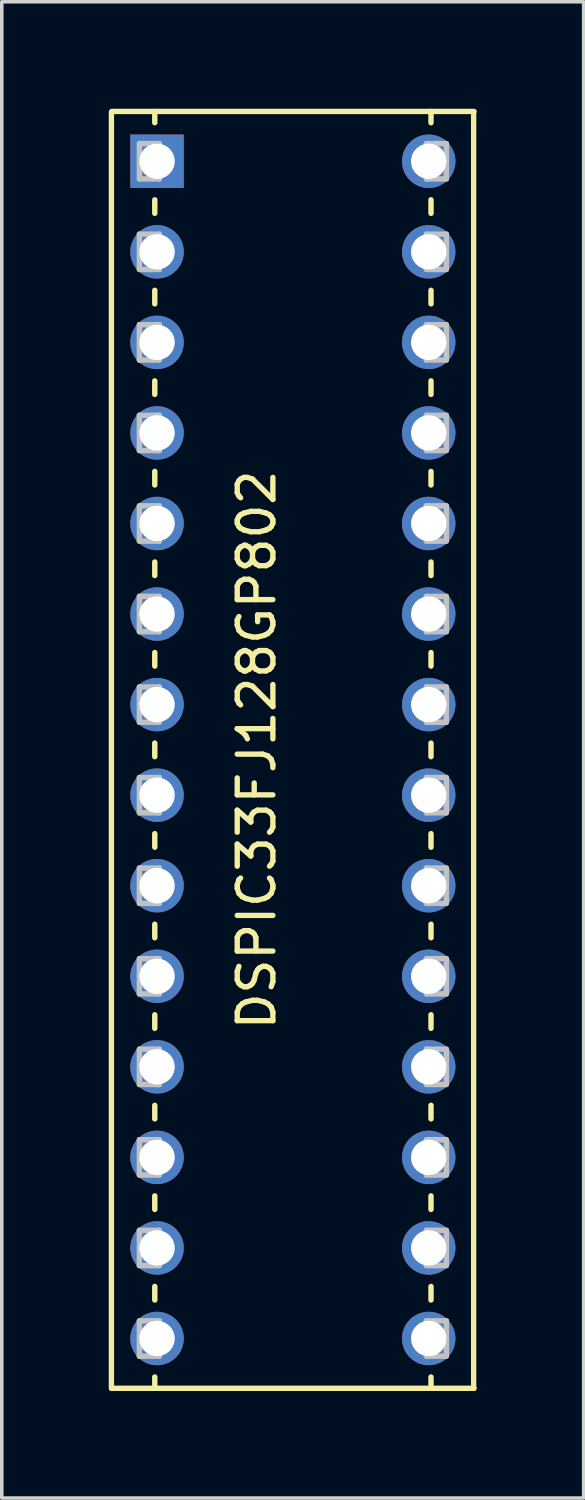
<source format=kicad_pcb>
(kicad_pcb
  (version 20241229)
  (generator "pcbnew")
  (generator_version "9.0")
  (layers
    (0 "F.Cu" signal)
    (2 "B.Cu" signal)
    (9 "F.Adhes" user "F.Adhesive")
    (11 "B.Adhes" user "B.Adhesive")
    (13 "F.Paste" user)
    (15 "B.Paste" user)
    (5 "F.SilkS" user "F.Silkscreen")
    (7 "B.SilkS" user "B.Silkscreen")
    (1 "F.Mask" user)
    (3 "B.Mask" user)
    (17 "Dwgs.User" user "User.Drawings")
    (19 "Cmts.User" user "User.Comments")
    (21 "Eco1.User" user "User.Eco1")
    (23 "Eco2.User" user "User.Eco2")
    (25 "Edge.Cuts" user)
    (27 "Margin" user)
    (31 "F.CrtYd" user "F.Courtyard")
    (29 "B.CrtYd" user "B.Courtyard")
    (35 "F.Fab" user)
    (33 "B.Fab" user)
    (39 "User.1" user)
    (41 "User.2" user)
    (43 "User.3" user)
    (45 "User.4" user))
  (footprint "DSPIC33FJ128GP802"
    (layer "F.Cu")
    (at 8.975 34.493)
    (property "Reference" "DSPIC33FJ128GP802" (at -4.826 -16.51 90) (layer "F.SilkS") (effects (font (size 1 1) (thickness 0.15))))
    (attr through_hole)
    (fp_line (start -8.9 1.4) (end -8.9 -34.4) (stroke (width 0.15) (type solid)) (layer "F.SilkS"))
    (fp_line (start -7.684 -34.417) (end -7.684 -34.102) (stroke (width 0.152) (type solid)) (layer "F.SilkS"))
    (fp_line (start -7.684 -31.938) (end -7.684 -31.56) (stroke (width 0.152) (type solid)) (layer "F.SilkS"))
    (fp_line (start -7.684 -29.4) (end -7.684 -29.02) (stroke (width 0.152) (type solid)) (layer "F.SilkS"))
    (fp_line (start -7.684 -26.86) (end -7.684 -26.48) (stroke (width 0.152) (type solid)) (layer "F.SilkS"))
    (fp_line (start -7.684 -24.32) (end -7.684 -23.94) (stroke (width 0.152) (type solid)) (layer "F.SilkS"))
    (fp_line (start -7.684 -21.78) (end -7.684 -21.4) (stroke (width 0.152) (type solid)) (layer "F.SilkS"))
    (fp_line (start -7.684 -19.24) (end -7.684 -18.86) (stroke (width 0.152) (type solid)) (layer "F.SilkS"))
    (fp_line (start -7.684 -16.7) (end -7.684 -16.32) (stroke (width 0.152) (type solid)) (layer "F.SilkS"))
    (fp_line (start -7.684 -14.16) (end -7.684 -13.78) (stroke (width 0.152) (type solid)) (layer "F.SilkS"))
    (fp_line (start -7.684 -11.62) (end -7.684 -11.24) (stroke (width 0.152) (type solid)) (layer "F.SilkS"))
    (fp_line (start -7.684 -9.08) (end -7.684 -8.7) (stroke (width 0.152) (type solid)) (layer "F.SilkS"))
    (fp_line (start -7.684 -6.54) (end -7.684 -6.16) (stroke (width 0.152) (type solid)) (layer "F.SilkS"))
    (fp_line (start -7.684 -4) (end -7.684 -3.62) (stroke (width 0.152) (type solid)) (layer "F.SilkS"))
    (fp_line (start -7.684 -1.46) (end -7.684 -1.08) (stroke (width 0.152) (type solid)) (layer "F.SilkS"))
    (fp_line (start -7.684 1.08) (end -7.684 1.397) (stroke (width 0.152) (type solid)) (layer "F.SilkS"))
    (fp_line (start 0.064 -34.1) (end 0.064 -34.417) (stroke (width 0.152) (type solid)) (layer "F.SilkS"))
    (fp_line (start 0.064 -31.56) (end 0.064 -31.94) (stroke (width 0.152) (type solid)) (layer "F.SilkS"))
    (fp_line (start 0.064 -29.02) (end 0.064 -29.4) (stroke (width 0.152) (type solid)) (layer "F.SilkS"))
    (fp_line (start 0.064 -26.48) (end 0.064 -26.86) (stroke (width 0.152) (type solid)) (layer "F.SilkS"))
    (fp_line (start 0.064 -23.94) (end 0.064 -24.32) (stroke (width 0.152) (type solid)) (layer "F.SilkS"))
    (fp_line (start 0.064 -21.4) (end 0.064 -21.78) (stroke (width 0.152) (type solid)) (layer "F.SilkS"))
    (fp_line (start 0.064 -18.86) (end 0.064 -19.24) (stroke (width 0.152) (type solid)) (layer "F.SilkS"))
    (fp_line (start 0.064 -16.32) (end 0.064 -16.7) (stroke (width 0.152) (type solid)) (layer "F.SilkS"))
    (fp_line (start 0.064 -13.78) (end 0.064 -14.16) (stroke (width 0.152) (type solid)) (layer "F.SilkS"))
    (fp_line (start 0.064 -11.24) (end 0.064 -11.62) (stroke (width 0.152) (type solid)) (layer "F.SilkS"))
    (fp_line (start 0.064 -8.7) (end 0.064 -9.08) (stroke (width 0.152) (type solid)) (layer "F.SilkS"))
    (fp_line (start 0.064 -6.16) (end 0.064 -6.54) (stroke (width 0.152) (type solid)) (layer "F.SilkS"))
    (fp_line (start 0.064 -3.62) (end 0.064 -4) (stroke (width 0.152) (type solid)) (layer "F.SilkS"))
    (fp_line (start 0.064 -1.08) (end 0.064 -1.46) (stroke (width 0.152) (type solid)) (layer "F.SilkS"))
    (fp_line (start 0.064 1.397) (end 0.064 1.08) (stroke (width 0.152) (type solid)) (layer "F.SilkS"))
    (fp_line (start 1.26 1.4) (end 1.26 -34.4) (stroke (width 0.15) (type solid)) (layer "F.SilkS"))
    (fp_line (start 1.27 -34.417) (end -8.89 -34.417) (stroke (width 0.152) (type solid)) (layer "F.SilkS"))
    (fp_line (start 1.27 1.397) (end -8.89 1.397) (stroke (width 0.152) (type solid)) (layer "F.SilkS"))
    (fp_line (start -8.115 -33.515) (end -8.115 -32.525) (stroke (width 0.152) (type solid)) (layer "Dwgs.User"))
    (fp_line (start -8.115 -32.525) (end -7.556 -32.525) (stroke (width 0.152) (type solid)) (layer "Dwgs.User"))
    (fp_line (start -8.115 -30.975) (end -8.115 -29.985) (stroke (width 0.152) (type solid)) (layer "Dwgs.User"))
    (fp_line (start -8.115 -29.985) (end -7.556 -29.985) (stroke (width 0.152) (type solid)) (layer "Dwgs.User"))
    (fp_line (start -8.115 -28.435) (end -8.115 -27.445) (stroke (width 0.152) (type solid)) (layer "Dwgs.User"))
    (fp_line (start -8.115 -27.445) (end -7.556 -27.445) (stroke (width 0.152) (type solid)) (layer "Dwgs.User"))
    (fp_line (start -8.115 -25.895) (end -8.115 -24.905) (stroke (width 0.152) (type solid)) (layer "Dwgs.User"))
    (fp_line (start -8.115 -24.905) (end -7.556 -24.905) (stroke (width 0.152) (type solid)) (layer "Dwgs.User"))
    (fp_line (start -8.115 -23.355) (end -8.115 -22.365) (stroke (width 0.152) (type solid)) (layer "Dwgs.User"))
    (fp_line (start -8.115 -22.365) (end -7.556 -22.365) (stroke (width 0.152) (type solid)) (layer "Dwgs.User"))
    (fp_line (start -8.115 -20.815) (end -8.115 -19.825) (stroke (width 0.152) (type solid)) (layer "Dwgs.User"))
    (fp_line (start -8.115 -19.825) (end -7.556 -19.825) (stroke (width 0.152) (type solid)) (layer "Dwgs.User"))
    (fp_line (start -8.115 -18.275) (end -8.115 -17.285) (stroke (width 0.152) (type solid)) (layer "Dwgs.User"))
    (fp_line (start -8.115 -17.285) (end -7.556 -17.285) (stroke (width 0.152) (type solid)) (layer "Dwgs.User"))
    (fp_line (start -8.115 -15.735) (end -8.115 -14.745) (stroke (width 0.152) (type solid)) (layer "Dwgs.User"))
    (fp_line (start -8.115 -14.745) (end -7.556 -14.745) (stroke (width 0.152) (type solid)) (layer "Dwgs.User"))
    (fp_line (start -8.115 -13.195) (end -8.115 -12.205) (stroke (width 0.152) (type solid)) (layer "Dwgs.User"))
    (fp_line (start -8.115 -12.205) (end -7.556 -12.205) (stroke (width 0.152) (type solid)) (layer "Dwgs.User"))
    (fp_line (start -8.115 -10.655) (end -8.115 -9.665) (stroke (width 0.152) (type solid)) (layer "Dwgs.User"))
    (fp_line (start -8.115 -9.665) (end -7.556 -9.665) (stroke (width 0.152) (type solid)) (layer "Dwgs.User"))
    (fp_line (start -8.115 -8.115) (end -8.115 -7.125) (stroke (width 0.152) (type solid)) (layer "Dwgs.User"))
    (fp_line (start -8.115 -7.125) (end -7.556 -7.125) (stroke (width 0.152) (type solid)) (layer "Dwgs.User"))
    (fp_line (start -8.115 -5.575) (end -8.115 -4.585) (stroke (width 0.152) (type solid)) (layer "Dwgs.User"))
    (fp_line (start -8.115 -4.585) (end -7.556 -4.585) (stroke (width 0.152) (type solid)) (layer "Dwgs.User"))
    (fp_line (start -8.115 -3.035) (end -8.115 -2.045) (stroke (width 0.152) (type solid)) (layer "Dwgs.User"))
    (fp_line (start -8.115 -2.045) (end -7.556 -2.045) (stroke (width 0.152) (type solid)) (layer "Dwgs.User"))
    (fp_line (start -8.115 -0.495) (end -8.115 0.495) (stroke (width 0.152) (type solid)) (layer "Dwgs.User"))
    (fp_line (start -8.115 0.495) (end -7.556 0.495) (stroke (width 0.152) (type solid)) (layer "Dwgs.User"))
    (fp_line (start -7.556 -33.515) (end -8.115 -33.515) (stroke (width 0.152) (type solid)) (layer "Dwgs.User"))
    (fp_line (start -7.556 -32.525) (end -7.556 -33.515) (stroke (width 0.152) (type solid)) (layer "Dwgs.User"))
    (fp_line (start -7.556 -30.975) (end -8.115 -30.975) (stroke (width 0.152) (type solid)) (layer "Dwgs.User"))
    (fp_line (start -7.556 -29.985) (end -7.556 -30.975) (stroke (width 0.152) (type solid)) (layer "Dwgs.User"))
    (fp_line (start -7.556 -28.435) (end -8.115 -28.435) (stroke (width 0.152) (type solid)) (layer "Dwgs.User"))
    (fp_line (start -7.556 -27.445) (end -7.556 -28.435) (stroke (width 0.152) (type solid)) (layer "Dwgs.User"))
    (fp_line (start -7.556 -25.895) (end -8.115 -25.895) (stroke (width 0.152) (type solid)) (layer "Dwgs.User"))
    (fp_line (start -7.556 -24.905) (end -7.556 -25.895) (stroke (width 0.152) (type solid)) (layer "Dwgs.User"))
    (fp_line (start -7.556 -23.355) (end -8.115 -23.355) (stroke (width 0.152) (type solid)) (layer "Dwgs.User"))
    (fp_line (start -7.556 -22.365) (end -7.556 -23.355) (stroke (width 0.152) (type solid)) (layer "Dwgs.User"))
    (fp_line (start -7.556 -20.815) (end -8.115 -20.815) (stroke (width 0.152) (type solid)) (layer "Dwgs.User"))
    (fp_line (start -7.556 -19.825) (end -7.556 -20.815) (stroke (width 0.152) (type solid)) (layer "Dwgs.User"))
    (fp_line (start -7.556 -18.275) (end -8.115 -18.275) (stroke (width 0.152) (type solid)) (layer "Dwgs.User"))
    (fp_line (start -7.556 -17.285) (end -7.556 -18.275) (stroke (width 0.152) (type solid)) (layer "Dwgs.User"))
    (fp_line (start -7.556 -15.735) (end -8.115 -15.735) (stroke (width 0.152) (type solid)) (layer "Dwgs.User"))
    (fp_line (start -7.556 -14.745) (end -7.556 -15.735) (stroke (width 0.152) (type solid)) (layer "Dwgs.User"))
    (fp_line (start -7.556 -13.195) (end -8.115 -13.195) (stroke (width 0.152) (type solid)) (layer "Dwgs.User"))
    (fp_line (start -7.556 -12.205) (end -7.556 -13.195) (stroke (width 0.152) (type solid)) (layer "Dwgs.User"))
    (fp_line (start -7.556 -10.655) (end -8.115 -10.655) (stroke (width 0.152) (type solid)) (layer "Dwgs.User"))
    (fp_line (start -7.556 -9.665) (end -7.556 -10.655) (stroke (width 0.152) (type solid)) (layer "Dwgs.User"))
    (fp_line (start -7.556 -8.115) (end -8.115 -8.115) (stroke (width 0.152) (type solid)) (layer "Dwgs.User"))
    (fp_line (start -7.556 -7.125) (end -7.556 -8.115) (stroke (width 0.152) (type solid)) (layer "Dwgs.User"))
    (fp_line (start -7.556 -5.575) (end -8.115 -5.575) (stroke (width 0.152) (type solid)) (layer "Dwgs.User"))
    (fp_line (start -7.556 -4.585) (end -7.556 -5.575) (stroke (width 0.152) (type solid)) (layer "Dwgs.User"))
    (fp_line (start -7.556 -3.035) (end -8.115 -3.035) (stroke (width 0.152) (type solid)) (layer "Dwgs.User"))
    (fp_line (start -7.556 -2.045) (end -7.556 -3.035) (stroke (width 0.152) (type solid)) (layer "Dwgs.User"))
    (fp_line (start -7.556 -0.495) (end -8.115 -0.495) (stroke (width 0.152) (type solid)) (layer "Dwgs.User"))
    (fp_line (start -7.556 0.495) (end -7.556 -0.495) (stroke (width 0.152) (type solid)) (layer "Dwgs.User"))
    (fp_line (start -0.064 -33.515) (end -0.064 -32.525) (stroke (width 0.152) (type solid)) (layer "Dwgs.User"))
    (fp_line (start -0.064 -32.525) (end 0.495 -32.525) (stroke (width 0.152) (type solid)) (layer "Dwgs.User"))
    (fp_line (start -0.064 -30.975) (end -0.064 -29.985) (stroke (width 0.152) (type solid)) (layer "Dwgs.User"))
    (fp_line (start -0.064 -29.985) (end 0.495 -29.985) (stroke (width 0.152) (type solid)) (layer "Dwgs.User"))
    (fp_line (start -0.064 -28.435) (end -0.064 -27.445) (stroke (width 0.152) (type solid)) (layer "Dwgs.User"))
    (fp_line (start -0.064 -27.445) (end 0.495 -27.445) (stroke (width 0.152) (type solid)) (layer "Dwgs.User"))
    (fp_line (start -0.064 -25.895) (end -0.064 -24.905) (stroke (width 0.152) (type solid)) (layer "Dwgs.User"))
    (fp_line (start -0.064 -24.905) (end 0.495 -24.905) (stroke (width 0.152) (type solid)) (layer "Dwgs.User"))
    (fp_line (start -0.064 -23.355) (end -0.064 -22.365) (stroke (width 0.152) (type solid)) (layer "Dwgs.User"))
    (fp_line (start -0.064 -22.365) (end 0.495 -22.365) (stroke (width 0.152) (type solid)) (layer "Dwgs.User"))
    (fp_line (start -0.064 -20.815) (end -0.064 -19.825) (stroke (width 0.152) (type solid)) (layer "Dwgs.User"))
    (fp_line (start -0.064 -19.825) (end 0.495 -19.825) (stroke (width 0.152) (type solid)) (layer "Dwgs.User"))
    (fp_line (start -0.064 -18.275) (end -0.064 -17.285) (stroke (width 0.152) (type solid)) (layer "Dwgs.User"))
    (fp_line (start -0.064 -17.285) (end 0.495 -17.285) (stroke (width 0.152) (type solid)) (layer "Dwgs.User"))
    (fp_line (start -0.064 -15.735) (end -0.064 -14.745) (stroke (width 0.152) (type solid)) (layer "Dwgs.User"))
    (fp_line (start -0.064 -14.745) (end 0.495 -14.745) (stroke (width 0.152) (type solid)) (layer "Dwgs.User"))
    (fp_line (start -0.064 -13.195) (end -0.064 -12.205) (stroke (width 0.152) (type solid)) (layer "Dwgs.User"))
    (fp_line (start -0.064 -12.205) (end 0.495 -12.205) (stroke (width 0.152) (type solid)) (layer "Dwgs.User"))
    (fp_line (start -0.064 -10.655) (end -0.064 -9.665) (stroke (width 0.152) (type solid)) (layer "Dwgs.User"))
    (fp_line (start -0.064 -9.665) (end 0.495 -9.665) (stroke (width 0.152) (type solid)) (layer "Dwgs.User"))
    (fp_line (start -0.064 -8.115) (end -0.064 -7.125) (stroke (width 0.152) (type solid)) (layer "Dwgs.User"))
    (fp_line (start -0.064 -7.125) (end 0.495 -7.125) (stroke (width 0.152) (type solid)) (layer "Dwgs.User"))
    (fp_line (start -0.064 -5.575) (end -0.064 -4.585) (stroke (width 0.152) (type solid)) (layer "Dwgs.User"))
    (fp_line (start -0.064 -4.585) (end 0.495 -4.585) (stroke (width 0.152) (type solid)) (layer "Dwgs.User"))
    (fp_line (start -0.064 -3.035) (end -0.064 -2.045) (stroke (width 0.152) (type solid)) (layer "Dwgs.User"))
    (fp_line (start -0.064 -2.045) (end 0.495 -2.045) (stroke (width 0.152) (type solid)) (layer "Dwgs.User"))
    (fp_line (start -0.064 -0.495) (end -0.064 0.495) (stroke (width 0.152) (type solid)) (layer "Dwgs.User"))
    (fp_line (start -0.064 0.495) (end 0.495 0.495) (stroke (width 0.152) (type solid)) (layer "Dwgs.User"))
    (fp_line (start 0.495 -33.515) (end -0.064 -33.515) (stroke (width 0.152) (type solid)) (layer "Dwgs.User"))
    (fp_line (start 0.495 -32.525) (end 0.495 -33.515) (stroke (width 0.152) (type solid)) (layer "Dwgs.User"))
    (fp_line (start 0.495 -30.975) (end -0.064 -30.975) (stroke (width 0.152) (type solid)) (layer "Dwgs.User"))
    (fp_line (start 0.495 -29.985) (end 0.495 -30.975) (stroke (width 0.152) (type solid)) (layer "Dwgs.User"))
    (fp_line (start 0.495 -28.435) (end -0.064 -28.435) (stroke (width 0.152) (type solid)) (layer "Dwgs.User"))
    (fp_line (start 0.495 -27.445) (end 0.495 -28.435) (stroke (width 0.152) (type solid)) (layer "Dwgs.User"))
    (fp_line (start 0.495 -25.895) (end -0.064 -25.895) (stroke (width 0.152) (type solid)) (layer "Dwgs.User"))
    (fp_line (start 0.495 -24.905) (end 0.495 -25.895) (stroke (width 0.152) (type solid)) (layer "Dwgs.User"))
    (fp_line (start 0.495 -23.355) (end -0.064 -23.355) (stroke (width 0.152) (type solid)) (layer "Dwgs.User"))
    (fp_line (start 0.495 -22.365) (end 0.495 -23.355) (stroke (width 0.152) (type solid)) (layer "Dwgs.User"))
    (fp_line (start 0.495 -20.815) (end -0.064 -20.815) (stroke (width 0.152) (type solid)) (layer "Dwgs.User"))
    (fp_line (start 0.495 -19.825) (end 0.495 -20.815) (stroke (width 0.152) (type solid)) (layer "Dwgs.User"))
    (fp_line (start 0.495 -18.275) (end -0.064 -18.275) (stroke (width 0.152) (type solid)) (layer "Dwgs.User"))
    (fp_line (start 0.495 -17.285) (end 0.495 -18.275) (stroke (width 0.152) (type solid)) (layer "Dwgs.User"))
    (fp_line (start 0.495 -15.735) (end -0.064 -15.735) (stroke (width 0.152) (type solid)) (layer "Dwgs.User"))
    (fp_line (start 0.495 -14.745) (end 0.495 -15.735) (stroke (width 0.152) (type solid)) (layer "Dwgs.User"))
    (fp_line (start 0.495 -13.195) (end -0.064 -13.195) (stroke (width 0.152) (type solid)) (layer "Dwgs.User"))
    (fp_line (start 0.495 -12.205) (end 0.495 -13.195) (stroke (width 0.152) (type solid)) (layer "Dwgs.User"))
    (fp_line (start 0.495 -10.655) (end -0.064 -10.655) (stroke (width 0.152) (type solid)) (layer "Dwgs.User"))
    (fp_line (start 0.495 -9.665) (end 0.495 -10.655) (stroke (width 0.152) (type solid)) (layer "Dwgs.User"))
    (fp_line (start 0.495 -8.115) (end -0.064 -8.115) (stroke (width 0.152) (type solid)) (layer "Dwgs.User"))
    (fp_line (start 0.495 -7.125) (end 0.495 -8.115) (stroke (width 0.152) (type solid)) (layer "Dwgs.User"))
    (fp_line (start 0.495 -5.575) (end -0.064 -5.575) (stroke (width 0.152) (type solid)) (layer "Dwgs.User"))
    (fp_line (start 0.495 -4.585) (end 0.495 -5.575) (stroke (width 0.152) (type solid)) (layer "Dwgs.User"))
    (fp_line (start 0.495 -3.035) (end -0.064 -3.035) (stroke (width 0.152) (type solid)) (layer "Dwgs.User"))
    (fp_line (start 0.495 -2.045) (end 0.495 -3.035) (stroke (width 0.152) (type solid)) (layer "Dwgs.User"))
    (fp_line (start 0.495 -0.495) (end -0.064 -0.495) (stroke (width 0.152) (type solid)) (layer "Dwgs.User"))
    (fp_line (start 0.495 0.495) (end 0.495 -0.495) (stroke (width 0.152) (type solid)) (layer "Dwgs.User"))
    (pad "1" thru_hole rect (at -7.62 -33.02) (size 1.499 1.499) (drill 0.991) (layers "*.Cu" "*.Mask"))
    (pad "2" thru_hole circle (at -7.62 -30.48) (size 1.499 1.499) (drill 0.991) (layers "*.Cu" "*.Mask"))
    (pad "3" thru_hole circle (at -7.62 -27.94) (size 1.499 1.499) (drill 0.991) (layers "*.Cu" "*.Mask"))
    (pad "4" thru_hole circle (at -7.62 -25.4) (size 1.499 1.499) (drill 0.991) (layers "*.Cu" "*.Mask"))
    (pad "5" thru_hole circle (at -7.62 -22.86) (size 1.499 1.499) (drill 0.991) (layers "*.Cu" "*.Mask"))
    (pad "6" thru_hole circle (at -7.62 -20.32) (size 1.499 1.499) (drill 0.991) (layers "*.Cu" "*.Mask"))
    (pad "7" thru_hole circle (at -7.62 -17.78) (size 1.499 1.499) (drill 0.991) (layers "*.Cu" "*.Mask"))
    (pad "8" thru_hole circle (at -7.62 -15.24) (size 1.499 1.499) (drill 0.991) (layers "*.Cu" "*.Mask"))
    (pad "9" thru_hole circle (at -7.62 -12.7) (size 1.499 1.499) (drill 0.991) (layers "*.Cu" "*.Mask"))
    (pad "10" thru_hole circle (at -7.62 -10.16) (size 1.499 1.499) (drill 0.991) (layers "*.Cu" "*.Mask"))
    (pad "11" thru_hole circle (at -7.62 -7.62) (size 1.499 1.499) (drill 0.991) (layers "*.Cu" "*.Mask"))
    (pad "12" thru_hole circle (at -7.62 -5.08) (size 1.499 1.499) (drill 0.991) (layers "*.Cu" "*.Mask"))
    (pad "13" thru_hole circle (at -7.62 -2.54) (size 1.499 1.499) (drill 0.991) (layers "*.Cu" "*.Mask"))
    (pad "14" thru_hole circle (at -7.62 0) (size 1.499 1.499) (drill 0.991) (layers "*.Cu" "*.Mask"))
    (pad "15" thru_hole circle (at 0 0) (size 1.499 1.499) (drill 0.991) (layers "*.Cu" "*.Mask"))
    (pad "16" thru_hole circle (at 0 -2.54) (size 1.499 1.499) (drill 0.991) (layers "*.Cu" "*.Mask"))
    (pad "17" thru_hole circle (at 0 -5.08) (size 1.499 1.499) (drill 0.991) (layers "*.Cu" "*.Mask"))
    (pad "18" thru_hole circle (at 0 -7.62) (size 1.499 1.499) (drill 0.991) (layers "*.Cu" "*.Mask"))
    (pad "19" thru_hole circle (at 0 -10.16) (size 1.499 1.499) (drill 0.991) (layers "*.Cu" "*.Mask"))
    (pad "20" thru_hole circle (at 0 -12.7) (size 1.499 1.499) (drill 0.991) (layers "*.Cu" "*.Mask"))
    (pad "21" thru_hole circle (at 0 -15.24) (size 1.499 1.499) (drill 0.991) (layers "*.Cu" "*.Mask"))
    (pad "22" thru_hole circle (at 0 -17.78) (size 1.499 1.499) (drill 0.991) (layers "*.Cu" "*.Mask"))
    (pad "23" thru_hole circle (at 0 -20.32) (size 1.499 1.499) (drill 0.991) (layers "*.Cu" "*.Mask"))
    (pad "24" thru_hole circle (at 0 -22.86) (size 1.499 1.499) (drill 0.991) (layers "*.Cu" "*.Mask"))
    (pad "25" thru_hole circle (at 0 -25.4) (size 1.499 1.499) (drill 0.991) (layers "*.Cu" "*.Mask"))
    (pad "26" thru_hole circle (at 0 -27.94) (size 1.499 1.499) (drill 0.991) (layers "*.Cu" "*.Mask"))
    (pad "27" thru_hole circle (at 0 -30.48) (size 1.499 1.499) (drill 0.991) (layers "*.Cu" "*.Mask"))
    (pad "28" thru_hole circle (at 0 -33.02) (size 1.499 1.499) (drill 0.991) (layers "*.Cu" "*.Mask")))
  (gr_rect
    (start -3 -3)
    (end 13.321 38.968)
    (stroke (width 0.1) (type default))
    (fill no)
    (layer "Edge.Cuts")))
</source>
